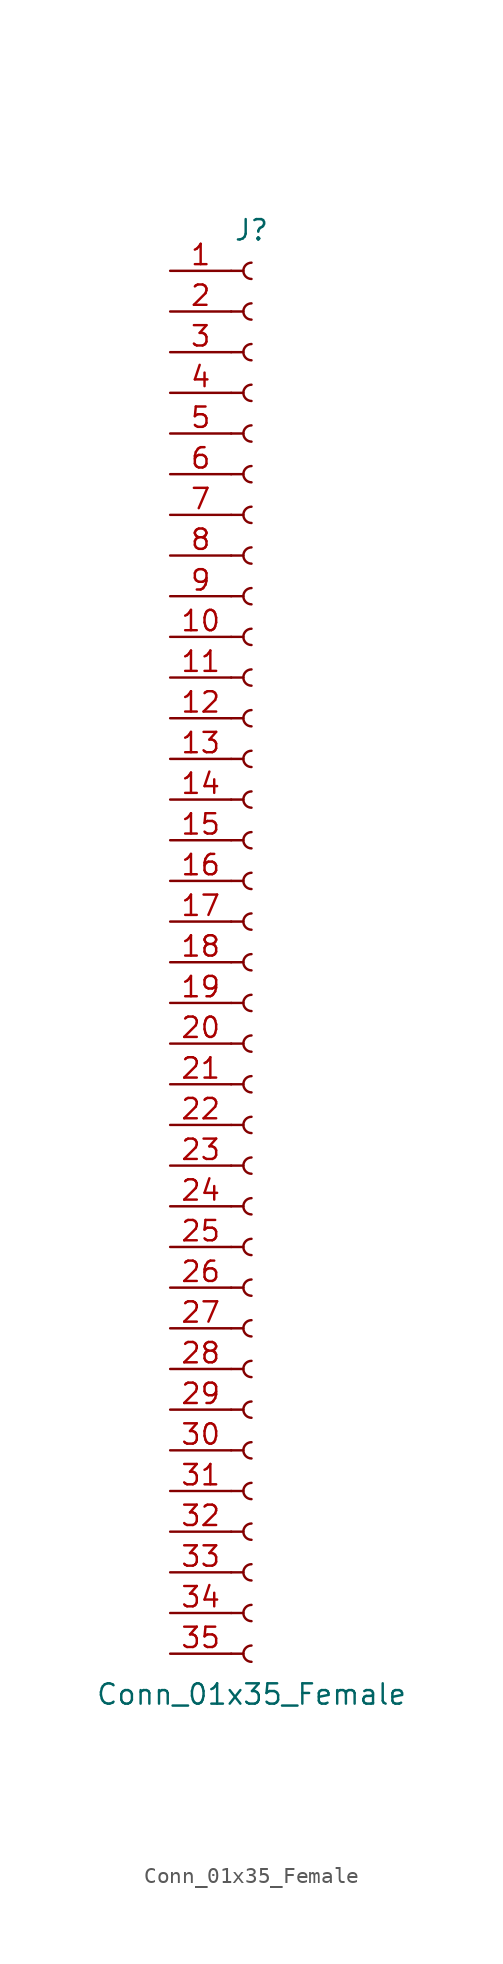
<source format=kicad_sym>
(kicad_symbol_lib
  (version 20220914)
  (generator kicad_symbol_editor)
  (symbol "Conn_01x35_Female"
    (pin_names
      (offset 1.016) hide)
    (property "Reference" "J"
      (at 0 45.72 0)
      (effects (font (size 1.27 1.27))))
    (property "Value" "Conn_01x35_Female"
      (at 0 -45.72 0)
      (effects (font (size 1.27 1.27))))
    (symbol "Conn_01x35_Female_1_1"
      (arc (start 0 -42.672) (mid -0.5058 -43.18) (end 0 -43.688) (stroke (width 0.1524) (type default)) (fill (type none)))
      (arc (start 0 -40.132) (mid -0.5058 -40.64) (end 0 -41.148) (stroke (width 0.1524) (type default)) (fill (type none)))
      (arc (start 0 -37.592) (mid -0.5058 -38.1) (end 0 -38.608) (stroke (width 0.1524) (type default)) (fill (type none)))
      (arc (start 0 -35.052) (mid -0.5058 -35.56) (end 0 -36.068) (stroke (width 0.1524) (type default)) (fill (type none)))
      (arc (start 0 -32.512) (mid -0.5058 -33.02) (end 0 -33.528) (stroke (width 0.1524) (type default)) (fill (type none)))
      (arc (start 0 -29.972) (mid -0.5058 -30.48) (end 0 -30.988) (stroke (width 0.1524) (type default)) (fill (type none)))
      (arc (start 0 -27.432) (mid -0.5058 -27.94) (end 0 -28.448) (stroke (width 0.1524) (type default)) (fill (type none)))
      (arc (start 0 -24.892) (mid -0.5058 -25.4) (end 0 -25.908) (stroke (width 0.1524) (type default)) (fill (type none)))
      (arc (start 0 -22.352) (mid -0.5058 -22.86) (end 0 -23.368) (stroke (width 0.1524) (type default)) (fill (type none)))
      (arc (start 0 -19.812) (mid -0.5058 -20.32) (end 0 -20.828) (stroke (width 0.1524) (type default)) (fill (type none)))
      (arc (start 0 -17.272) (mid -0.5058 -17.78) (end 0 -18.288) (stroke (width 0.1524) (type default)) (fill (type none)))
      (arc (start 0 -14.732) (mid -0.5058 -15.24) (end 0 -15.748) (stroke (width 0.1524) (type default)) (fill (type none)))
      (arc (start 0 -12.192) (mid -0.5058 -12.7) (end 0 -13.208) (stroke (width 0.1524) (type default)) (fill (type none)))
      (arc (start 0 -9.652) (mid -0.5058 -10.16) (end 0 -10.668) (stroke (width 0.1524) (type default)) (fill (type none)))
      (arc (start 0 -7.112) (mid -0.5058 -7.62) (end 0 -8.128) (stroke (width 0.1524) (type default)) (fill (type none)))
      (arc (start 0 -4.572) (mid -0.5058 -5.08) (end 0 -5.588) (stroke (width 0.1524) (type default)) (fill (type none)))
      (arc (start 0 -2.032) (mid -0.5058 -2.54) (end 0 -3.048) (stroke (width 0.1524) (type default)) (fill (type none)))
      (polyline (pts (xy -1.27 -43.18) (xy -0.508 -43.18)) (stroke (width 0.152) (type default)) (fill (type none)))
      (polyline (pts (xy -1.27 -40.64) (xy -0.508 -40.64)) (stroke (width 0.152) (type default)) (fill (type none)))
      (polyline (pts (xy -1.27 -38.1) (xy -0.508 -38.1)) (stroke (width 0.152) (type default)) (fill (type none)))
      (polyline (pts (xy -1.27 -35.56) (xy -0.508 -35.56)) (stroke (width 0.152) (type default)) (fill (type none)))
      (polyline (pts (xy -1.27 -33.02) (xy -0.508 -33.02)) (stroke (width 0.152) (type default)) (fill (type none)))
      (polyline (pts (xy -1.27 -30.48) (xy -0.508 -30.48)) (stroke (width 0.152) (type default)) (fill (type none)))
      (polyline (pts (xy -1.27 -27.94) (xy -0.508 -27.94)) (stroke (width 0.152) (type default)) (fill (type none)))
      (polyline (pts (xy -1.27 -25.4) (xy -0.508 -25.4)) (stroke (width 0.152) (type default)) (fill (type none)))
      (polyline (pts (xy -1.27 -22.86) (xy -0.508 -22.86)) (stroke (width 0.152) (type default)) (fill (type none)))
      (polyline (pts (xy -1.27 -20.32) (xy -0.508 -20.32)) (stroke (width 0.152) (type default)) (fill (type none)))
      (polyline (pts (xy -1.27 -17.78) (xy -0.508 -17.78)) (stroke (width 0.152) (type default)) (fill (type none)))
      (polyline (pts (xy -1.27 -15.24) (xy -0.508 -15.24)) (stroke (width 0.152) (type default)) (fill (type none)))
      (polyline (pts (xy -1.27 -12.7) (xy -0.508 -12.7)) (stroke (width 0.152) (type default)) (fill (type none)))
      (polyline (pts (xy -1.27 -10.16) (xy -0.508 -10.16)) (stroke (width 0.152) (type default)) (fill (type none)))
      (polyline (pts (xy -1.27 -7.62) (xy -0.508 -7.62)) (stroke (width 0.152) (type default)) (fill (type none)))
      (polyline (pts (xy -1.27 -5.08) (xy -0.508 -5.08)) (stroke (width 0.152) (type default)) (fill (type none)))
      (polyline (pts (xy -1.27 -2.54) (xy -0.508 -2.54)) (stroke (width 0.152) (type default)) (fill (type none)))
      (polyline (pts (xy -1.27 0) (xy -0.508 0)) (stroke (width 0.152) (type default)) (fill (type none)))
      (polyline (pts (xy -1.27 2.54) (xy -0.508 2.54)) (stroke (width 0.152) (type default)) (fill (type none)))
      (polyline (pts (xy -1.27 5.08) (xy -0.508 5.08)) (stroke (width 0.152) (type default)) (fill (type none)))
      (polyline (pts (xy -1.27 7.62) (xy -0.508 7.62)) (stroke (width 0.152) (type default)) (fill (type none)))
      (polyline (pts (xy -1.27 10.16) (xy -0.508 10.16)) (stroke (width 0.152) (type default)) (fill (type none)))
      (polyline (pts (xy -1.27 12.7) (xy -0.508 12.7)) (stroke (width 0.152) (type default)) (fill (type none)))
      (polyline (pts (xy -1.27 15.24) (xy -0.508 15.24)) (stroke (width 0.152) (type default)) (fill (type none)))
      (polyline (pts (xy -1.27 17.78) (xy -0.508 17.78)) (stroke (width 0.152) (type default)) (fill (type none)))
      (polyline (pts (xy -1.27 20.32) (xy -0.508 20.32)) (stroke (width 0.152) (type default)) (fill (type none)))
      (polyline (pts (xy -1.27 22.86) (xy -0.508 22.86)) (stroke (width 0.152) (type default)) (fill (type none)))
      (polyline (pts (xy -1.27 25.4) (xy -0.508 25.4)) (stroke (width 0.152) (type default)) (fill (type none)))
      (polyline (pts (xy -1.27 27.94) (xy -0.508 27.94)) (stroke (width 0.152) (type default)) (fill (type none)))
      (polyline (pts (xy -1.27 30.48) (xy -0.508 30.48)) (stroke (width 0.152) (type default)) (fill (type none)))
      (polyline (pts (xy -1.27 33.02) (xy -0.508 33.02)) (stroke (width 0.152) (type default)) (fill (type none)))
      (polyline (pts (xy -1.27 35.56) (xy -0.508 35.56)) (stroke (width 0.152) (type default)) (fill (type none)))
      (polyline (pts (xy -1.27 38.1) (xy -0.508 38.1)) (stroke (width 0.152) (type default)) (fill (type none)))
      (polyline (pts (xy -1.27 40.64) (xy -0.508 40.64)) (stroke (width 0.152) (type default)) (fill (type none)))
      (polyline (pts (xy -1.27 43.18) (xy -0.508 43.18)) (stroke (width 0.152) (type default)) (fill (type none)))
      (arc (start 0 0.508) (mid -0.5058 0) (end 0 -0.508) (stroke (width 0.1524) (type default)) (fill (type none)))
      (arc (start 0 3.048) (mid -0.5058 2.54) (end 0 2.032) (stroke (width 0.1524) (type default)) (fill (type none)))
      (arc (start 0 5.588) (mid -0.5058 5.08) (end 0 4.572) (stroke (width 0.1524) (type default)) (fill (type none)))
      (arc (start 0 8.128) (mid -0.5058 7.62) (end 0 7.112) (stroke (width 0.1524) (type default)) (fill (type none)))
      (arc (start 0 10.668) (mid -0.5058 10.16) (end 0 9.652) (stroke (width 0.1524) (type default)) (fill (type none)))
      (arc (start 0 13.208) (mid -0.5058 12.7) (end 0 12.192) (stroke (width 0.1524) (type default)) (fill (type none)))
      (arc (start 0 15.748) (mid -0.5058 15.24) (end 0 14.732) (stroke (width 0.1524) (type default)) (fill (type none)))
      (arc (start 0 18.288) (mid -0.5058 17.78) (end 0 17.272) (stroke (width 0.1524) (type default)) (fill (type none)))
      (arc (start 0 20.828) (mid -0.5058 20.32) (end 0 19.812) (stroke (width 0.1524) (type default)) (fill (type none)))
      (arc (start 0 23.368) (mid -0.5058 22.86) (end 0 22.352) (stroke (width 0.1524) (type default)) (fill (type none)))
      (arc (start 0 25.908) (mid -0.5058 25.4) (end 0 24.892) (stroke (width 0.1524) (type default)) (fill (type none)))
      (arc (start 0 28.448) (mid -0.5058 27.94) (end 0 27.432) (stroke (width 0.1524) (type default)) (fill (type none)))
      (arc (start 0 30.988) (mid -0.5058 30.48) (end 0 29.972) (stroke (width 0.1524) (type default)) (fill (type none)))
      (arc (start 0 33.528) (mid -0.5058 33.02) (end 0 32.512) (stroke (width 0.1524) (type default)) (fill (type none)))
      (arc (start 0 36.068) (mid -0.5058 35.56) (end 0 35.052) (stroke (width 0.1524) (type default)) (fill (type none)))
      (arc (start 0 38.608) (mid -0.5058 38.1) (end 0 37.592) (stroke (width 0.1524) (type default)) (fill (type none)))
      (arc (start 0 41.148) (mid -0.5058 40.64) (end 0 40.132) (stroke (width 0.1524) (type default)) (fill (type none)))
      (arc (start 0 43.688) (mid -0.5058 43.18) (end 0 42.672) (stroke (width 0.1524) (type default)) (fill (type none)))
      (pin passive line (at -5.08 43.18 0) (length 3.81) (name "Pin_1" (effects (font (size 1.27 1.27)))) (number "1" (effects (font (size 1.27 1.27)))))
      (pin passive line (at -5.08 20.32 0) (length 3.81) (name "Pin_10" (effects (font (size 1.27 1.27)))) (number "10" (effects (font (size 1.27 1.27)))))
      (pin passive line (at -5.08 17.78 0) (length 3.81) (name "Pin_11" (effects (font (size 1.27 1.27)))) (number "11" (effects (font (size 1.27 1.27)))))
      (pin passive line (at -5.08 15.24 0) (length 3.81) (name "Pin_12" (effects (font (size 1.27 1.27)))) (number "12" (effects (font (size 1.27 1.27)))))
      (pin passive line (at -5.08 12.7 0) (length 3.81) (name "Pin_13" (effects (font (size 1.27 1.27)))) (number "13" (effects (font (size 1.27 1.27)))))
      (pin passive line (at -5.08 10.16 0) (length 3.81) (name "Pin_14" (effects (font (size 1.27 1.27)))) (number "14" (effects (font (size 1.27 1.27)))))
      (pin passive line (at -5.08 7.62 0) (length 3.81) (name "Pin_15" (effects (font (size 1.27 1.27)))) (number "15" (effects (font (size 1.27 1.27)))))
      (pin passive line (at -5.08 5.08 0) (length 3.81) (name "Pin_16" (effects (font (size 1.27 1.27)))) (number "16" (effects (font (size 1.27 1.27)))))
      (pin passive line (at -5.08 2.54 0) (length 3.81) (name "Pin_17" (effects (font (size 1.27 1.27)))) (number "17" (effects (font (size 1.27 1.27)))))
      (pin passive line (at -5.08 0 0) (length 3.81) (name "Pin_18" (effects (font (size 1.27 1.27)))) (number "18" (effects (font (size 1.27 1.27)))))
      (pin passive line (at -5.08 -2.54 0) (length 3.81) (name "Pin_19" (effects (font (size 1.27 1.27)))) (number "19" (effects (font (size 1.27 1.27)))))
      (pin passive line (at -5.08 40.64 0) (length 3.81) (name "Pin_2" (effects (font (size 1.27 1.27)))) (number "2" (effects (font (size 1.27 1.27)))))
      (pin passive line (at -5.08 -5.08 0) (length 3.81) (name "Pin_20" (effects (font (size 1.27 1.27)))) (number "20" (effects (font (size 1.27 1.27)))))
      (pin passive line (at -5.08 -7.62 0) (length 3.81) (name "Pin_21" (effects (font (size 1.27 1.27)))) (number "21" (effects (font (size 1.27 1.27)))))
      (pin passive line (at -5.08 -10.16 0) (length 3.81) (name "Pin_22" (effects (font (size 1.27 1.27)))) (number "22" (effects (font (size 1.27 1.27)))))
      (pin passive line (at -5.08 -12.7 0) (length 3.81) (name "Pin_23" (effects (font (size 1.27 1.27)))) (number "23" (effects (font (size 1.27 1.27)))))
      (pin passive line (at -5.08 -15.24 0) (length 3.81) (name "Pin_24" (effects (font (size 1.27 1.27)))) (number "24" (effects (font (size 1.27 1.27)))))
      (pin passive line (at -5.08 -17.78 0) (length 3.81) (name "Pin_25" (effects (font (size 1.27 1.27)))) (number "25" (effects (font (size 1.27 1.27)))))
      (pin passive line (at -5.08 -20.32 0) (length 3.81) (name "Pin_26" (effects (font (size 1.27 1.27)))) (number "26" (effects (font (size 1.27 1.27)))))
      (pin passive line (at -5.08 -22.86 0) (length 3.81) (name "Pin_27" (effects (font (size 1.27 1.27)))) (number "27" (effects (font (size 1.27 1.27)))))
      (pin passive line (at -5.08 -25.4 0) (length 3.81) (name "Pin_28" (effects (font (size 1.27 1.27)))) (number "28" (effects (font (size 1.27 1.27)))))
      (pin passive line (at -5.08 -27.94 0) (length 3.81) (name "Pin_29" (effects (font (size 1.27 1.27)))) (number "29" (effects (font (size 1.27 1.27)))))
      (pin passive line (at -5.08 38.1 0) (length 3.81) (name "Pin_3" (effects (font (size 1.27 1.27)))) (number "3" (effects (font (size 1.27 1.27)))))
      (pin passive line (at -5.08 -30.48 0) (length 3.81) (name "Pin_30" (effects (font (size 1.27 1.27)))) (number "30" (effects (font (size 1.27 1.27)))))
      (pin passive line (at -5.08 -33.02 0) (length 3.81) (name "Pin_31" (effects (font (size 1.27 1.27)))) (number "31" (effects (font (size 1.27 1.27)))))
      (pin passive line (at -5.08 -35.56 0) (length 3.81) (name "Pin_32" (effects (font (size 1.27 1.27)))) (number "32" (effects (font (size 1.27 1.27)))))
      (pin passive line (at -5.08 -38.1 0) (length 3.81) (name "Pin_33" (effects (font (size 1.27 1.27)))) (number "33" (effects (font (size 1.27 1.27)))))
      (pin passive line (at -5.08 -40.64 0) (length 3.81) (name "Pin_34" (effects (font (size 1.27 1.27)))) (number "34" (effects (font (size 1.27 1.27)))))
      (pin passive line (at -5.08 -43.18 0) (length 3.81) (name "Pin_35" (effects (font (size 1.27 1.27)))) (number "35" (effects (font (size 1.27 1.27)))))
      (pin passive line (at -5.08 35.56 0) (length 3.81) (name "Pin_4" (effects (font (size 1.27 1.27)))) (number "4" (effects (font (size 1.27 1.27)))))
      (pin passive line (at -5.08 33.02 0) (length 3.81) (name "Pin_5" (effects (font (size 1.27 1.27)))) (number "5" (effects (font (size 1.27 1.27)))))
      (pin passive line (at -5.08 30.48 0) (length 3.81) (name "Pin_6" (effects (font (size 1.27 1.27)))) (number "6" (effects (font (size 1.27 1.27)))))
      (pin passive line (at -5.08 27.94 0) (length 3.81) (name "Pin_7" (effects (font (size 1.27 1.27)))) (number "7" (effects (font (size 1.27 1.27)))))
      (pin passive line (at -5.08 25.4 0) (length 3.81) (name "Pin_8" (effects (font (size 1.27 1.27)))) (number "8" (effects (font (size 1.27 1.27)))))
      (pin passive line (at -5.08 22.86 0) (length 3.81) (name "Pin_9" (effects (font (size 1.27 1.27)))) (number "9" (effects (font (size 1.27 1.27))))))))
</source>
